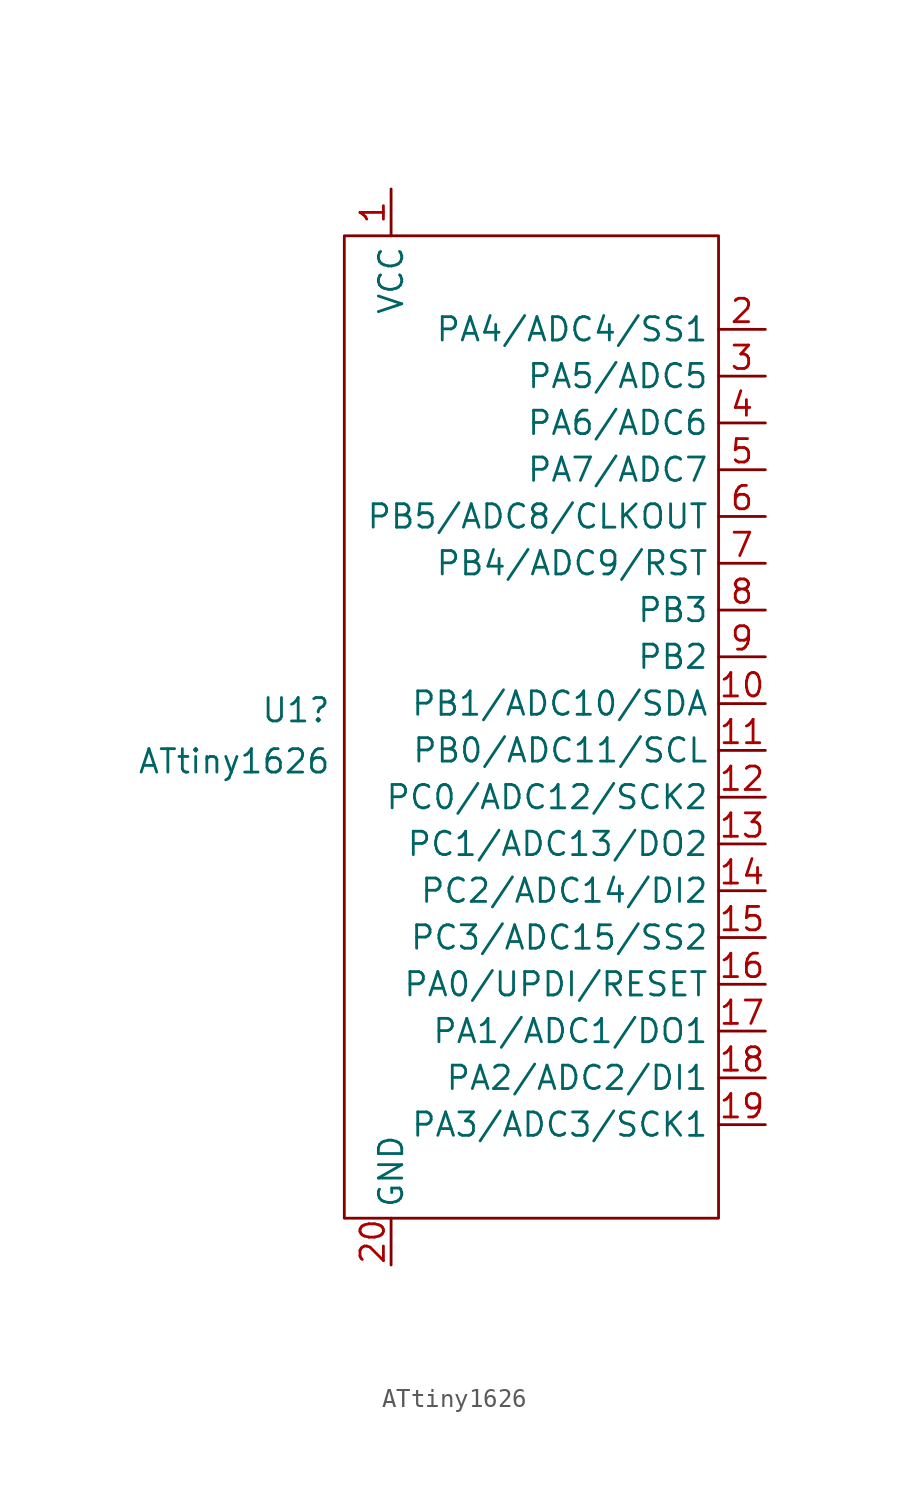
<source format=kicad_sym>
(kicad_symbol_lib
  (version 20211014)
  (generator kicad_symbol_editor)
  (symbol "ATtiny1626"
    (property "Reference" "U1"
      (at -12.141 2.179 0)
      (effects (font (size 1.27 1.27)) (justify right)))
    (property "Value" "ATtiny1626"
      (at -12.141 -0.597 0)
      (effects (font (size 1.27 1.27)) (justify right)))
    (symbol "ATtiny1626_0_0"
      (pin power_in line (at -8.89 30.48 270) (length 2.54) (name "VCC" (effects (font (size 1.27 1.27)))) (number "1" (effects (font (size 1.27 1.27)))))
      (pin input line (at 11.43 2.54 180) (length 2.54) (name "PB1/ADC10/SDA" (effects (font (size 1.27 1.27)))) (number "10" (effects (font (size 1.27 1.27)))))
      (pin input line (at 11.43 0 180) (length 2.54) (name "PB0/ADC11/SCL" (effects (font (size 1.27 1.27)))) (number "11" (effects (font (size 1.27 1.27)))))
      (pin input line (at 11.43 -2.54 180) (length 2.54) (name "PC0/ADC12/SCK2" (effects (font (size 1.27 1.27)))) (number "12" (effects (font (size 1.27 1.27)))))
      (pin input line (at 11.43 -5.08 180) (length 2.54) (name "PC1/ADC13/DO2" (effects (font (size 1.27 1.27)))) (number "13" (effects (font (size 1.27 1.27)))))
      (pin input line (at 11.43 -7.62 180) (length 2.54) (name "PC2/ADC14/DI2" (effects (font (size 1.27 1.27)))) (number "14" (effects (font (size 1.27 1.27)))))
      (pin input line (at 11.43 -10.16 180) (length 2.54) (name "PC3/ADC15/SS2" (effects (font (size 1.27 1.27)))) (number "15" (effects (font (size 1.27 1.27)))))
      (pin input line (at 11.43 -12.7 180) (length 2.54) (name "PA0/UPDI/RESET" (effects (font (size 1.27 1.27)))) (number "16" (effects (font (size 1.27 1.27)))))
      (pin input line (at 11.43 -15.24 180) (length 2.54) (name "PA1/ADC1/DO1" (effects (font (size 1.27 1.27)))) (number "17" (effects (font (size 1.27 1.27)))))
      (pin input line (at 11.43 -17.78 180) (length 2.54) (name "PA2/ADC2/DI1" (effects (font (size 1.27 1.27)))) (number "18" (effects (font (size 1.27 1.27)))))
      (pin input line (at 11.43 -20.32 180) (length 2.54) (name "PA3/ADC3/SCK1" (effects (font (size 1.27 1.27)))) (number "19" (effects (font (size 1.27 1.27)))))
      (pin input line (at 11.43 22.86 180) (length 2.54) (name "PA4/ADC4/SS1" (effects (font (size 1.27 1.27)))) (number "2" (effects (font (size 1.27 1.27)))))
      (pin power_in line (at -8.89 -27.94 90) (length 2.54) (name "GND" (effects (font (size 1.27 1.27)))) (number "20" (effects (font (size 1.27 1.27)))))
      (pin input line (at 11.43 20.32 180) (length 2.54) (name "PA5/ADC5" (effects (font (size 1.27 1.27)))) (number "3" (effects (font (size 1.27 1.27)))))
      (pin input line (at 11.43 17.78 180) (length 2.54) (name "PA6/ADC6" (effects (font (size 1.27 1.27)))) (number "4" (effects (font (size 1.27 1.27)))))
      (pin input line (at 11.43 15.24 180) (length 2.54) (name "PA7/ADC7" (effects (font (size 1.27 1.27)))) (number "5" (effects (font (size 1.27 1.27)))))
      (pin input line (at 11.43 12.7 180) (length 2.54) (name "PB5/ADC8/CLKOUT" (effects (font (size 1.27 1.27)))) (number "6" (effects (font (size 1.27 1.27)))))
      (pin input line (at 11.43 10.16 180) (length 2.54) (name "PB4/ADC9/RST" (effects (font (size 1.27 1.27)))) (number "7" (effects (font (size 1.27 1.27)))))
      (pin input line (at 11.43 7.62 180) (length 2.54) (name "PB3" (effects (font (size 1.27 1.27)))) (number "8" (effects (font (size 1.27 1.27)))))
      (pin input line (at 11.43 5.08 180) (length 2.54) (name "PB2" (effects (font (size 1.27 1.27)))) (number "9" (effects (font (size 1.27 1.27))))))
    (symbol "ATtiny1626_0_1"
      (rectangle (start -11.43 27.94) (end 8.89 -25.4) (stroke (width 0.152) (type default) (color 0 0 0 0)) (fill (type none))))))
</source>
